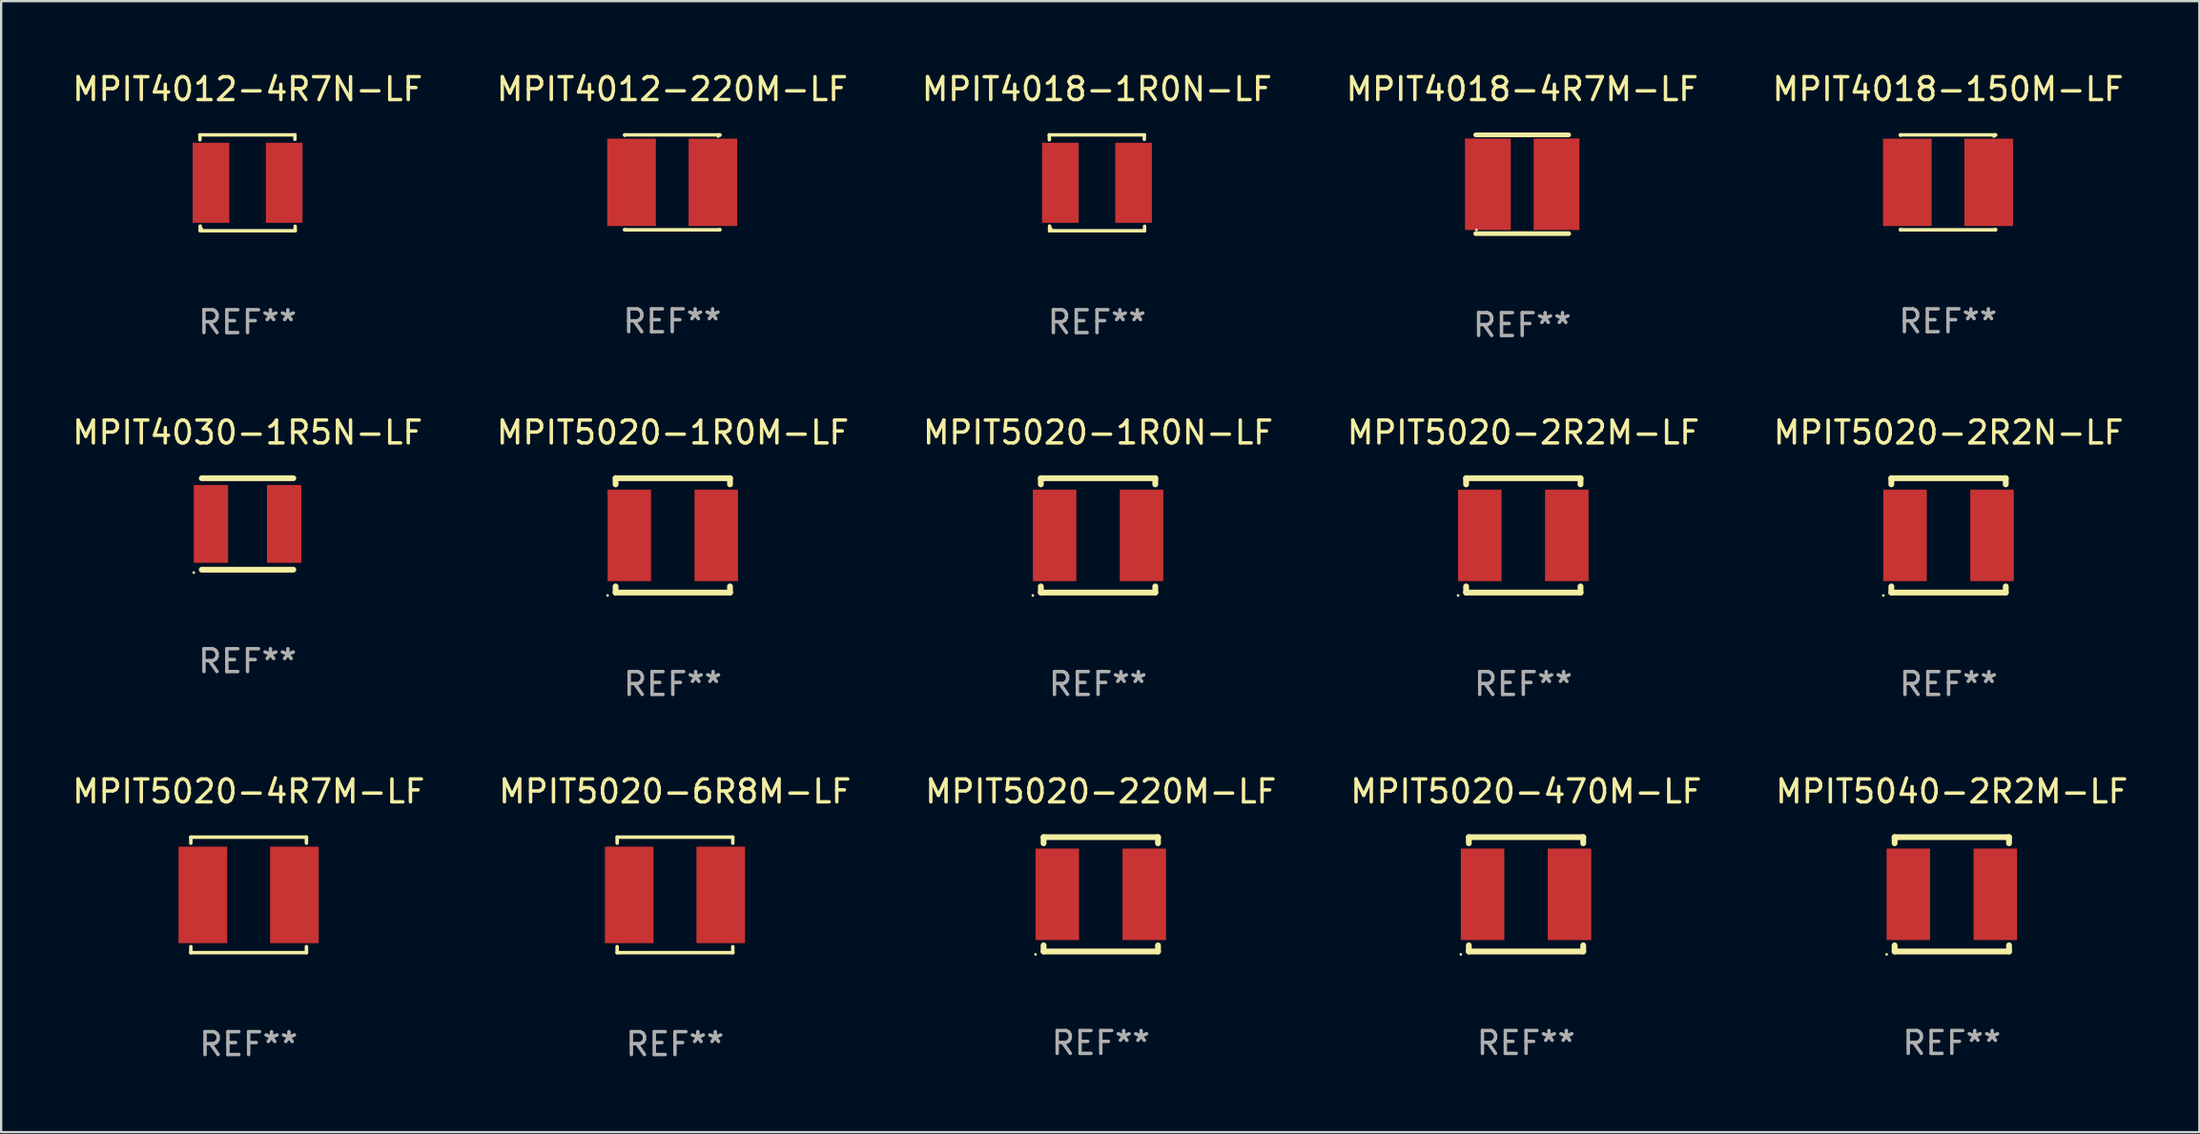
<source format=kicad_pcb>
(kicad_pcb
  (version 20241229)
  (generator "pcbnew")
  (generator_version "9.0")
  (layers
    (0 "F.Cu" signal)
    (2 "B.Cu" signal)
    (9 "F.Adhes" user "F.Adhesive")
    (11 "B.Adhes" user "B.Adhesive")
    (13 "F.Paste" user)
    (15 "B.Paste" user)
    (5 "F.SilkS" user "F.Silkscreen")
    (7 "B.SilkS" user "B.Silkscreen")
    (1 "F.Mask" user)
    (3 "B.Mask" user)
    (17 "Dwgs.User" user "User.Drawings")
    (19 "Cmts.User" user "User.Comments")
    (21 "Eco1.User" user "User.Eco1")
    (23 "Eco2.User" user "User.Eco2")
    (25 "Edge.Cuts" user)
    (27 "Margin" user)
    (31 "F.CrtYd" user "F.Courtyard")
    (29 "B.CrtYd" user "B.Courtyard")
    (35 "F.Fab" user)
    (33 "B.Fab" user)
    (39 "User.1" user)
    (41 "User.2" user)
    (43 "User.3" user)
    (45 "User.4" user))
  (footprint "MPIT4018-4R7M-LF"
    (layer "F.Cu")
    (at 63.47 5.007)
    (property "Reference" "MPIT4018-4R7M-LF" (at 0 -4.159 0) (layer "F.SilkS") (effects (font (size 1 1) (thickness 0.15))))
    (attr through_hole)
    (fp_line (start -2.032 -2.159) (end 2.032 -2.159) (stroke (width 0.203) (type solid)) (layer "F.SilkS"))
    (fp_line (start -2.032 2.159) (end 2.032 2.159) (stroke (width 0.203) (type solid)) (layer "F.SilkS"))
    (fp_circle (center -2 2) (end -1.97 2) (stroke (width 0.06) (type solid)) (fill no) (layer "F.SilkS"))
    (fp_text user "REF**" (at 0 6.159 0) (layer "F.Fab") (effects (font (size 1 1) (thickness 0.15))))
    (pad "1" smd rect (at -1.5 0) (size 2 4) (layers "F.Cu" "F.Mask" "F.Paste"))
    (pad "2" smd rect (at 1.5 0) (size 2 4) (layers "F.Cu" "F.Mask" "F.Paste")))
  (footprint "MPIT5020-2R2N-LF"
    (layer "F.Cu")
    (at 82.101 20.363)
    (property "Reference" "MPIT5020-2R2N-LF" (at 0 -4.5 0) (layer "F.SilkS") (effects (font (size 1 1) (thickness 0.15))))
    (attr through_hole)
    (fp_line (start -2.5 -2.5) (end -2.5 -2.231) (stroke (width 0.254) (type solid)) (layer "F.SilkS"))
    (fp_line (start -2.5 -2.5) (end 2.5 -2.5) (stroke (width 0.254) (type solid)) (layer "F.SilkS"))
    (fp_line (start -2.5 2.231) (end -2.5 2.5) (stroke (width 0.254) (type solid)) (layer "F.SilkS"))
    (fp_line (start -2.5 2.5) (end 2.5 2.5) (stroke (width 0.254) (type solid)) (layer "F.SilkS"))
    (fp_line (start 2.5 -2.5) (end 2.5 -2.231) (stroke (width 0.254) (type solid)) (layer "F.SilkS"))
    (fp_line (start 2.5 2.231) (end 2.5 2.5) (stroke (width 0.254) (type solid)) (layer "F.SilkS"))
    (fp_circle (center -2.85 2.627) (end -2.82 2.627) (stroke (width 0.06) (type solid)) (fill no) (layer "F.SilkS"))
    (fp_text user "REF**" (at 0 6.5 0) (layer "F.Fab") (effects (font (size 1 1) (thickness 0.15))))
    (pad "1" smd rect (at -1.9 0) (size 1.9 4) (layers "F.Cu" "F.Mask" "F.Paste"))
    (pad "2" smd rect (at 1.9 0) (size 1.9 4) (layers "F.Cu" "F.Mask" "F.Paste")))
  (footprint "MPIT5040-2R2M-LF"
    (layer "F.Cu")
    (at 82.244 36.059)
    (property "Reference" "MPIT5040-2R2M-LF" (at 0 -4.5 0) (layer "F.SilkS") (effects (font (size 1 1) (thickness 0.15))))
    (attr through_hole)
    (fp_line (start -2.5 -2.5) (end -2.5 -2.231) (stroke (width 0.254) (type solid)) (layer "F.SilkS"))
    (fp_line (start -2.5 -2.5) (end 2.5 -2.5) (stroke (width 0.254) (type solid)) (layer "F.SilkS"))
    (fp_line (start -2.5 2.231) (end -2.5 2.5) (stroke (width 0.254) (type solid)) (layer "F.SilkS"))
    (fp_line (start -2.5 2.5) (end 2.5 2.5) (stroke (width 0.254) (type solid)) (layer "F.SilkS"))
    (fp_line (start 2.5 -2.5) (end 2.5 -2.231) (stroke (width 0.254) (type solid)) (layer "F.SilkS"))
    (fp_line (start 2.5 2.231) (end 2.5 2.5) (stroke (width 0.254) (type solid)) (layer "F.SilkS"))
    (fp_circle (center -2.85 2.627) (end -2.82 2.627) (stroke (width 0.06) (type solid)) (fill no) (layer "F.SilkS"))
    (fp_text user "REF**" (at 0 6.5 0) (layer "F.Fab") (effects (font (size 1 1) (thickness 0.15))))
    (pad "1" smd rect (at -1.9 0) (size 1.9 4) (layers "F.Cu" "F.Mask" "F.Paste"))
    (pad "2" smd rect (at 1.9 0) (size 1.9 4) (layers "F.Cu" "F.Mask" "F.Paste")))
  (footprint "MPIT5020-1R0M-LF"
    (layer "F.Cu")
    (at 26.351 20.363)
    (property "Reference" "MPIT5020-1R0M-LF" (at 0 -4.5 0) (layer "F.SilkS") (effects (font (size 1 1) (thickness 0.15))))
    (attr through_hole)
    (fp_line (start -2.5 -2.5) (end -2.5 -2.231) (stroke (width 0.254) (type solid)) (layer "F.SilkS"))
    (fp_line (start -2.5 -2.5) (end 2.5 -2.5) (stroke (width 0.254) (type solid)) (layer "F.SilkS"))
    (fp_line (start -2.5 2.231) (end -2.5 2.5) (stroke (width 0.254) (type solid)) (layer "F.SilkS"))
    (fp_line (start -2.5 2.5) (end 2.5 2.5) (stroke (width 0.254) (type solid)) (layer "F.SilkS"))
    (fp_line (start 2.5 -2.5) (end 2.5 -2.231) (stroke (width 0.254) (type solid)) (layer "F.SilkS"))
    (fp_line (start 2.5 2.231) (end 2.5 2.5) (stroke (width 0.254) (type solid)) (layer "F.SilkS"))
    (fp_circle (center -2.85 2.627) (end -2.82 2.627) (stroke (width 0.06) (type solid)) (fill no) (layer "F.SilkS"))
    (fp_text user "REF**" (at 0 6.5 0) (layer "F.Fab") (effects (font (size 1 1) (thickness 0.15))))
    (pad "1" smd rect (at -1.9 0) (size 1.9 4) (layers "F.Cu" "F.Mask" "F.Paste"))
    (pad "2" smd rect (at 1.9 0) (size 1.9 4) (layers "F.Cu" "F.Mask" "F.Paste")))
  (footprint "MPIT5020-4R7M-LF"
    (layer "F.Cu")
    (at 7.815 36.085)
    (property "Reference" "MPIT5020-4R7M-LF" (at 0 -4.526 0) (layer "F.SilkS") (effects (font (size 1 1) (thickness 0.15))))
    (attr through_hole)
    (fp_line (start -2.526 -2.526) (end 2.526 -2.526) (stroke (width 0.152) (type solid)) (layer "F.SilkS"))
    (fp_line (start -2.526 -2.262) (end -2.526 -2.526) (stroke (width 0.152) (type solid)) (layer "F.SilkS"))
    (fp_line (start -2.526 2.262) (end -2.526 2.526) (stroke (width 0.152) (type solid)) (layer "F.SilkS"))
    (fp_line (start -2.526 2.526) (end 2.526 2.526) (stroke (width 0.152) (type solid)) (layer "F.SilkS"))
    (fp_line (start 2.526 -2.526) (end 2.526 -2.262) (stroke (width 0.152) (type solid)) (layer "F.SilkS"))
    (fp_line (start 2.526 2.526) (end 2.526 2.262) (stroke (width 0.152) (type solid)) (layer "F.SilkS"))
    (fp_circle (center 2.5 -2.5) (end 2.53 -2.5) (stroke (width 0.06) (type solid)) (fill no) (layer "F.SilkS"))
    (fp_text user "REF**" (at 0 6.526 0) (layer "F.Fab") (effects (font (size 1 1) (thickness 0.15))))
    (pad "1" smd rect (at 2 0) (size 2.124 4.22) (layers "F.Cu" "F.Mask" "F.Paste"))
    (pad "2" smd rect (at -2 0) (size 2.124 4.22) (layers "F.Cu" "F.Mask" "F.Paste")))
  (footprint "MPIT4012-220M-LF"
    (layer "F.Cu")
    (at 26.327 4.924)
    (property "Reference" "MPIT4012-220M-LF" (at 0 -4.076 0) (layer "F.SilkS") (effects (font (size 1 1) (thickness 0.15))))
    (attr through_hole)
    (fp_line (start -2.076 -2.076) (end 2.076 -2.076) (stroke (width 0.152) (type solid)) (layer "F.SilkS"))
    (fp_line (start -2.076 -2.062) (end -2.076 -2.076) (stroke (width 0.152) (type solid)) (layer "F.SilkS"))
    (fp_line (start -2.076 2.062) (end -2.076 2.076) (stroke (width 0.152) (type solid)) (layer "F.SilkS"))
    (fp_line (start -2.076 2.076) (end 2.076 2.076) (stroke (width 0.152) (type solid)) (layer "F.SilkS"))
    (fp_line (start 2.076 -2.076) (end 2.076 -2.062) (stroke (width 0.152) (type solid)) (layer "F.SilkS"))
    (fp_line (start 2.076 2.076) (end 2.076 2.062) (stroke (width 0.152) (type solid)) (layer "F.SilkS"))
    (fp_circle (center 2 -2) (end 2.03 -2) (stroke (width 0.06) (type solid)) (fill no) (layer "F.SilkS"))
    (fp_text user "REF**" (at 0 6.076 0) (layer "F.Fab") (effects (font (size 1 1) (thickness 0.15))))
    (pad "1" smd rect (at 1.778 0) (size 2.124 3.82) (layers "F.Cu" "F.Mask" "F.Paste"))
    (pad "2" smd rect (at -1.778 0) (size 2.124 3.82) (layers "F.Cu" "F.Mask" "F.Paste")))
  (footprint "MPIT4018-150M-LF"
    (layer "F.Cu")
    (at 82.077 4.924)
    (property "Reference" "MPIT4018-150M-LF" (at 0 -4.076 0) (layer "F.SilkS") (effects (font (size 1 1) (thickness 0.15))))
    (attr through_hole)
    (fp_line (start -2.076 -2.076) (end 2.076 -2.076) (stroke (width 0.152) (type solid)) (layer "F.SilkS"))
    (fp_line (start -2.076 -2.062) (end -2.076 -2.076) (stroke (width 0.152) (type solid)) (layer "F.SilkS"))
    (fp_line (start -2.076 2.062) (end -2.076 2.076) (stroke (width 0.152) (type solid)) (layer "F.SilkS"))
    (fp_line (start -2.076 2.076) (end 2.076 2.076) (stroke (width 0.152) (type solid)) (layer "F.SilkS"))
    (fp_line (start 2.076 -2.076) (end 2.076 -2.062) (stroke (width 0.152) (type solid)) (layer "F.SilkS"))
    (fp_line (start 2.076 2.076) (end 2.076 2.062) (stroke (width 0.152) (type solid)) (layer "F.SilkS"))
    (fp_circle (center 2 -2) (end 2.03 -2) (stroke (width 0.06) (type solid)) (fill no) (layer "F.SilkS"))
    (fp_text user "REF**" (at 0 6.076 0) (layer "F.Fab") (effects (font (size 1 1) (thickness 0.15))))
    (pad "1" smd rect (at 1.778 0) (size 2.124 3.82) (layers "F.Cu" "F.Mask" "F.Paste"))
    (pad "2" smd rect (at -1.778 0) (size 2.124 3.82) (layers "F.Cu" "F.Mask" "F.Paste")))
  (footprint "MPIT5020-220M-LF"
    (layer "F.Cu")
    (at 45.054 36.059)
    (property "Reference" "MPIT5020-220M-LF" (at 0 -4.5 0) (layer "F.SilkS") (effects (font (size 1 1) (thickness 0.15))))
    (attr through_hole)
    (fp_line (start -2.5 -2.5) (end -2.5 -2.231) (stroke (width 0.254) (type solid)) (layer "F.SilkS"))
    (fp_line (start -2.5 -2.5) (end 2.5 -2.5) (stroke (width 0.254) (type solid)) (layer "F.SilkS"))
    (fp_line (start -2.5 2.231) (end -2.5 2.5) (stroke (width 0.254) (type solid)) (layer "F.SilkS"))
    (fp_line (start -2.5 2.5) (end 2.5 2.5) (stroke (width 0.254) (type solid)) (layer "F.SilkS"))
    (fp_line (start 2.5 -2.5) (end 2.5 -2.231) (stroke (width 0.254) (type solid)) (layer "F.SilkS"))
    (fp_line (start 2.5 2.231) (end 2.5 2.5) (stroke (width 0.254) (type solid)) (layer "F.SilkS"))
    (fp_circle (center -2.85 2.627) (end -2.82 2.627) (stroke (width 0.06) (type solid)) (fill no) (layer "F.SilkS"))
    (fp_text user "REF**" (at 0 6.5 0) (layer "F.Fab") (effects (font (size 1 1) (thickness 0.15))))
    (pad "1" smd rect (at -1.9 0) (size 1.9 4) (layers "F.Cu" "F.Mask" "F.Paste"))
    (pad "2" smd rect (at 1.9 0) (size 1.9 4) (layers "F.Cu" "F.Mask" "F.Paste")))
  (footprint "MPIT4030-1R5N-LF"
    (layer "F.Cu")
    (at 7.768 19.863)
    (property "Reference" "MPIT4030-1R5N-LF" (at 0 -4 0) (layer "F.SilkS") (effects (font (size 1 1) (thickness 0.15))))
    (attr through_hole)
    (fp_line (start -2 -2) (end 2 -2) (stroke (width 0.254) (type solid)) (layer "F.SilkS"))
    (fp_line (start -2 2) (end 2 2) (stroke (width 0.254) (type solid)) (layer "F.SilkS"))
    (fp_circle (center -2.35 2.127) (end -2.32 2.127) (stroke (width 0.06) (type solid)) (fill no) (layer "F.SilkS"))
    (fp_text user "REF**" (at 0 6 0) (layer "F.Fab") (effects (font (size 1 1) (thickness 0.15))))
    (pad "1" smd rect (at -1.6 0 90) (size 3.4 1.5) (layers "F.Cu" "F.Mask" "F.Paste"))
    (pad "2" smd rect (at 1.6 0 90) (size 3.4 1.5) (layers "F.Cu" "F.Mask" "F.Paste")))
  (footprint "MPIT5020-1R0N-LF"
    (layer "F.Cu")
    (at 44.935 20.363)
    (property "Reference" "MPIT5020-1R0N-LF" (at 0 -4.5 0) (layer "F.SilkS") (effects (font (size 1 1) (thickness 0.15))))
    (attr through_hole)
    (fp_line (start -2.5 -2.5) (end -2.5 -2.231) (stroke (width 0.254) (type solid)) (layer "F.SilkS"))
    (fp_line (start -2.5 -2.5) (end 2.5 -2.5) (stroke (width 0.254) (type solid)) (layer "F.SilkS"))
    (fp_line (start -2.5 2.231) (end -2.5 2.5) (stroke (width 0.254) (type solid)) (layer "F.SilkS"))
    (fp_line (start -2.5 2.5) (end 2.5 2.5) (stroke (width 0.254) (type solid)) (layer "F.SilkS"))
    (fp_line (start 2.5 -2.5) (end 2.5 -2.231) (stroke (width 0.254) (type solid)) (layer "F.SilkS"))
    (fp_line (start 2.5 2.231) (end 2.5 2.5) (stroke (width 0.254) (type solid)) (layer "F.SilkS"))
    (fp_circle (center -2.85 2.627) (end -2.82 2.627) (stroke (width 0.06) (type solid)) (fill no) (layer "F.SilkS"))
    (fp_text user "REF**" (at 0 6.5 0) (layer "F.Fab") (effects (font (size 1 1) (thickness 0.15))))
    (pad "1" smd rect (at -1.9 0) (size 1.9 4) (layers "F.Cu" "F.Mask" "F.Paste"))
    (pad "2" smd rect (at 1.9 0) (size 1.9 4) (layers "F.Cu" "F.Mask" "F.Paste")))
  (footprint "MPIT5020-2R2M-LF"
    (layer "F.Cu")
    (at 63.518 20.363)
    (property "Reference" "MPIT5020-2R2M-LF" (at 0 -4.5 0) (layer "F.SilkS") (effects (font (size 1 1) (thickness 0.15))))
    (attr through_hole)
    (fp_line (start -2.5 -2.5) (end -2.5 -2.231) (stroke (width 0.254) (type solid)) (layer "F.SilkS"))
    (fp_line (start -2.5 -2.5) (end 2.5 -2.5) (stroke (width 0.254) (type solid)) (layer "F.SilkS"))
    (fp_line (start -2.5 2.231) (end -2.5 2.5) (stroke (width 0.254) (type solid)) (layer "F.SilkS"))
    (fp_line (start -2.5 2.5) (end 2.5 2.5) (stroke (width 0.254) (type solid)) (layer "F.SilkS"))
    (fp_line (start 2.5 -2.5) (end 2.5 -2.231) (stroke (width 0.254) (type solid)) (layer "F.SilkS"))
    (fp_line (start 2.5 2.231) (end 2.5 2.5) (stroke (width 0.254) (type solid)) (layer "F.SilkS"))
    (fp_circle (center -2.85 2.627) (end -2.82 2.627) (stroke (width 0.06) (type solid)) (fill no) (layer "F.SilkS"))
    (fp_text user "REF**" (at 0 6.5 0) (layer "F.Fab") (effects (font (size 1 1) (thickness 0.15))))
    (pad "1" smd rect (at -1.9 0) (size 1.9 4) (layers "F.Cu" "F.Mask" "F.Paste"))
    (pad "2" smd rect (at 1.9 0) (size 1.9 4) (layers "F.Cu" "F.Mask" "F.Paste")))
  (footprint "MPIT5020-470M-LF"
    (layer "F.Cu")
    (at 63.637 36.059)
    (property "Reference" "MPIT5020-470M-LF" (at 0 -4.5 0) (layer "F.SilkS") (effects (font (size 1 1) (thickness 0.15))))
    (attr through_hole)
    (fp_line (start -2.5 -2.5) (end -2.5 -2.231) (stroke (width 0.254) (type solid)) (layer "F.SilkS"))
    (fp_line (start -2.5 -2.5) (end 2.5 -2.5) (stroke (width 0.254) (type solid)) (layer "F.SilkS"))
    (fp_line (start -2.5 2.231) (end -2.5 2.5) (stroke (width 0.254) (type solid)) (layer "F.SilkS"))
    (fp_line (start -2.5 2.5) (end 2.5 2.5) (stroke (width 0.254) (type solid)) (layer "F.SilkS"))
    (fp_line (start 2.5 -2.5) (end 2.5 -2.231) (stroke (width 0.254) (type solid)) (layer "F.SilkS"))
    (fp_line (start 2.5 2.231) (end 2.5 2.5) (stroke (width 0.254) (type solid)) (layer "F.SilkS"))
    (fp_circle (center -2.85 2.627) (end -2.82 2.627) (stroke (width 0.06) (type solid)) (fill no) (layer "F.SilkS"))
    (fp_text user "REF**" (at 0 6.5 0) (layer "F.Fab") (effects (font (size 1 1) (thickness 0.15))))
    (pad "1" smd rect (at -1.9 0) (size 1.9 4) (layers "F.Cu" "F.Mask" "F.Paste"))
    (pad "2" smd rect (at 1.9 0) (size 1.9 4) (layers "F.Cu" "F.Mask" "F.Paste")))
  (footprint "MPIT4018-1R0N-LF"
    (layer "F.Cu")
    (at 44.887 4.944)
    (property "Reference" "MPIT4018-1R0N-LF" (at 0 -4.096 0) (layer "F.SilkS") (effects (font (size 1 1) (thickness 0.15))))
    (attr through_hole)
    (fp_line (start -2.083 -2.096) (end -2.08 -1.88) (stroke (width 0.15) (type solid)) (layer "F.SilkS"))
    (fp_line (start -2.07 1.89) (end -2.07 2.096) (stroke (width 0.15) (type solid)) (layer "F.SilkS"))
    (fp_line (start -2.07 2.096) (end 2.083 2.096) (stroke (width 0.15) (type solid)) (layer "F.SilkS"))
    (fp_line (start 2.07 -1.9) (end 2.07 -2.096) (stroke (width 0.15) (type solid)) (layer "F.SilkS"))
    (fp_line (start 2.07 -2.096) (end -2.083 -2.096) (stroke (width 0.15) (type solid)) (layer "F.SilkS"))
    (fp_line (start 2.083 2.096) (end 2.08 1.9) (stroke (width 0.15) (type solid)) (layer "F.SilkS"))
    (fp_circle (center -2 2) (end -1.97 2) (stroke (width 0.06) (type solid)) (fill no) (layer "F.SilkS"))
    (fp_text user "REF**" (at 0 6.096 0) (layer "F.Fab") (effects (font (size 1 1) (thickness 0.15))))
    (pad "1" smd rect (at -1.6 -0.000343) (size 1.6 3.5) (layers "F.Cu" "F.Mask" "F.Paste"))
    (pad "2" smd rect (at 1.6 -0.000343) (size 1.6 3.5) (layers "F.Cu" "F.Mask" "F.Paste")))
  (footprint "MPIT4012-4R7N-LF"
    (layer "F.Cu")
    (at 7.768 4.944)
    (property "Reference" "MPIT4012-4R7N-LF" (at 0 -4.096 0) (layer "F.SilkS") (effects (font (size 1 1) (thickness 0.15))))
    (attr through_hole)
    (fp_line (start -2.083 -2.096) (end -2.08 -1.88) (stroke (width 0.15) (type solid)) (layer "F.SilkS"))
    (fp_line (start -2.07 1.89) (end -2.07 2.096) (stroke (width 0.15) (type solid)) (layer "F.SilkS"))
    (fp_line (start -2.07 2.096) (end 2.083 2.096) (stroke (width 0.15) (type solid)) (layer "F.SilkS"))
    (fp_line (start 2.07 -1.9) (end 2.07 -2.096) (stroke (width 0.15) (type solid)) (layer "F.SilkS"))
    (fp_line (start 2.07 -2.096) (end -2.083 -2.096) (stroke (width 0.15) (type solid)) (layer "F.SilkS"))
    (fp_line (start 2.083 2.096) (end 2.08 1.9) (stroke (width 0.15) (type solid)) (layer "F.SilkS"))
    (fp_circle (center -2 2) (end -1.97 2) (stroke (width 0.06) (type solid)) (fill no) (layer "F.SilkS"))
    (fp_text user "REF**" (at 0 6.096 0) (layer "F.Fab") (effects (font (size 1 1) (thickness 0.15))))
    (pad "1" smd rect (at -1.6 -0.000343) (size 1.6 3.5) (layers "F.Cu" "F.Mask" "F.Paste"))
    (pad "2" smd rect (at 1.6 -0.000343) (size 1.6 3.5) (layers "F.Cu" "F.Mask" "F.Paste")))
  (footprint "MPIT5020-6R8M-LF"
    (layer "F.Cu")
    (at 26.446 36.085)
    (property "Reference" "MPIT5020-6R8M-LF" (at 0 -4.526 0) (layer "F.SilkS") (effects (font (size 1 1) (thickness 0.15))))
    (attr through_hole)
    (fp_line (start -2.526 -2.526) (end 2.526 -2.526) (stroke (width 0.152) (type solid)) (layer "F.SilkS"))
    (fp_line (start -2.526 -2.262) (end -2.526 -2.526) (stroke (width 0.152) (type solid)) (layer "F.SilkS"))
    (fp_line (start -2.526 2.262) (end -2.526 2.526) (stroke (width 0.152) (type solid)) (layer "F.SilkS"))
    (fp_line (start -2.526 2.526) (end 2.526 2.526) (stroke (width 0.152) (type solid)) (layer "F.SilkS"))
    (fp_line (start 2.526 -2.526) (end 2.526 -2.262) (stroke (width 0.152) (type solid)) (layer "F.SilkS"))
    (fp_line (start 2.526 2.526) (end 2.526 2.262) (stroke (width 0.152) (type solid)) (layer "F.SilkS"))
    (fp_circle (center 2.5 -2.5) (end 2.53 -2.5) (stroke (width 0.06) (type solid)) (fill no) (layer "F.SilkS"))
    (fp_text user "REF**" (at 0 6.526 0) (layer "F.Fab") (effects (font (size 1 1) (thickness 0.15))))
    (pad "1" smd rect (at 2 0) (size 2.124 4.22) (layers "F.Cu" "F.Mask" "F.Paste"))
    (pad "2" smd rect (at -2 0) (size 2.124 4.22) (layers "F.Cu" "F.Mask" "F.Paste")))
  (gr_rect
    (start -3 -3)
    (end 93.06 46.46)
    (stroke (width 0.1) (type default))
    (fill no)
    (layer "Edge.Cuts")))
</source>
